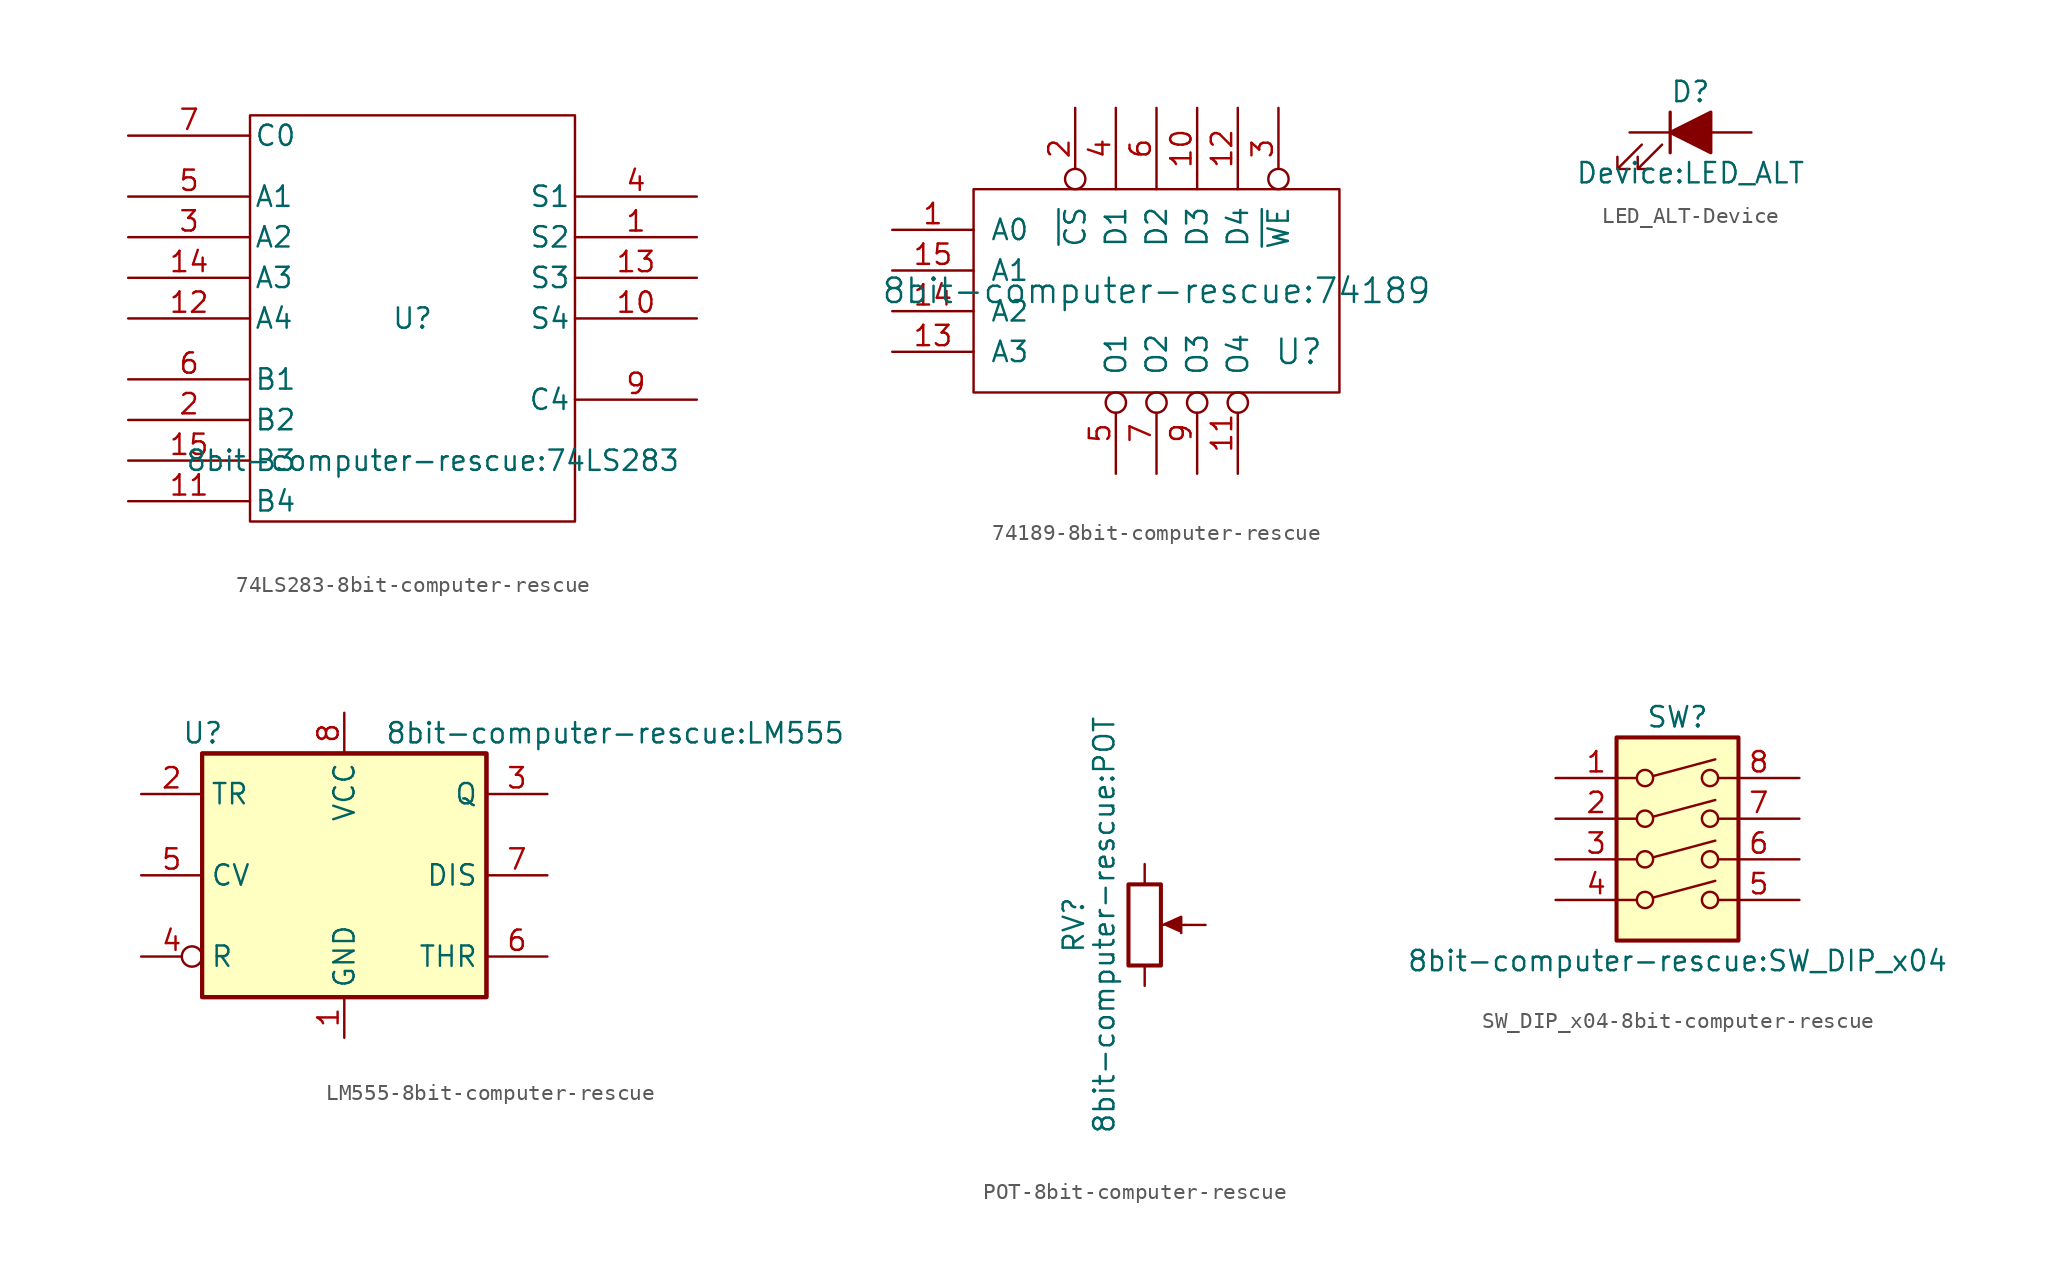
<source format=kicad_sym>
(kicad_symbol_lib
  (version 20231120)
  (generator "kicad_symbol_editor")
  (generator_version "8.0")
  (symbol "74LS283-8bit-computer-rescue"
    (pin_names
      (offset 0.254))
    (property "Reference" "U"
      (at 0 0 0)
      (effects (font (size 1.27 1.27))))
    (property "Value" "8bit-computer-rescue:74LS283"
      (at 1.27 -8.89 0)
      (effects (font (size 1.27 1.27))))
    (symbol "74LS283-8bit-computer-rescue_0_0"
      (pin power_in line (at -7.62 12.7 90) (length 0) hide (name "VCC" (effects (font (size 0.762 0.762)))) (number "16" (effects (font (size 0.762 0.762)))))
      (pin power_in line (at -7.62 -12.7 90) (length 0) hide (name "GND" (effects (font (size 0.762 0.762)))) (number "8" (effects (font (size 0.762 0.762))))))
    (symbol "74LS283-8bit-computer-rescue_0_1"
      (rectangle (start -10.16 12.7) (end 10.16 -12.7) (stroke (width 0) (type solid)) (fill (type none))))
    (symbol "74LS283-8bit-computer-rescue_1_1"
      (pin output line (at 17.78 5.08 180) (length 7.62) (name "S2" (effects (font (size 1.27 1.27)))) (number "1" (effects (font (size 1.27 1.27)))))
      (pin output line (at 17.78 0 180) (length 7.62) (name "S4" (effects (font (size 1.27 1.27)))) (number "10" (effects (font (size 1.27 1.27)))))
      (pin input line (at -17.78 -11.43 0) (length 7.62) (name "B4" (effects (font (size 1.27 1.27)))) (number "11" (effects (font (size 1.27 1.27)))))
      (pin input line (at -17.78 0 0) (length 7.62) (name "A4" (effects (font (size 1.27 1.27)))) (number "12" (effects (font (size 1.27 1.27)))))
      (pin output line (at 17.78 2.54 180) (length 7.62) (name "S3" (effects (font (size 1.27 1.27)))) (number "13" (effects (font (size 1.27 1.27)))))
      (pin input line (at -17.78 2.54 0) (length 7.62) (name "A3" (effects (font (size 1.27 1.27)))) (number "14" (effects (font (size 1.27 1.27)))))
      (pin input line (at -17.78 -8.89 0) (length 7.62) (name "B3" (effects (font (size 1.27 1.27)))) (number "15" (effects (font (size 1.27 1.27)))))
      (pin input line (at -17.78 -6.35 0) (length 7.62) (name "B2" (effects (font (size 1.27 1.27)))) (number "2" (effects (font (size 1.27 1.27)))))
      (pin input line (at -17.78 5.08 0) (length 7.62) (name "A2" (effects (font (size 1.27 1.27)))) (number "3" (effects (font (size 1.27 1.27)))))
      (pin output line (at 17.78 7.62 180) (length 7.62) (name "S1" (effects (font (size 1.27 1.27)))) (number "4" (effects (font (size 1.27 1.27)))))
      (pin input line (at -17.78 7.62 0) (length 7.62) (name "A1" (effects (font (size 1.27 1.27)))) (number "5" (effects (font (size 1.27 1.27)))))
      (pin input line (at -17.78 -3.81 0) (length 7.62) (name "B1" (effects (font (size 1.27 1.27)))) (number "6" (effects (font (size 1.27 1.27)))))
      (pin input line (at -17.78 11.43 0) (length 7.62) (name "C0" (effects (font (size 1.27 1.27)))) (number "7" (effects (font (size 1.27 1.27)))))
      (pin output line (at 17.78 -5.08 180) (length 7.62) (name "C4" (effects (font (size 1.27 1.27)))) (number "9" (effects (font (size 1.27 1.27)))))))
  (symbol "74189-8bit-computer-rescue"
    (pin_names
      (offset 1.016))
    (property "Reference" "U"
      (at 8.89 -3.81 0)
      (effects (font (size 1.524 1.524))))
    (property "Value" "8bit-computer-rescue:74189"
      (at 0 0 0)
      (effects (font (size 1.524 1.524))))
    (symbol "74189-8bit-computer-rescue_0_1"
      (rectangle (start -11.43 6.35) (end 11.43 -6.35) (stroke (width 0) (type solid)) (fill (type none))))
    (symbol "74189-8bit-computer-rescue_1_1"
      (pin input line (at -16.51 3.81 0) (length 5.08) (name "A0" (effects (font (size 1.27 1.27)))) (number "1" (effects (font (size 1.27 1.27)))))
      (pin input line (at 2.54 11.43 270) (length 5.08) (name "D3" (effects (font (size 1.27 1.27)))) (number "10" (effects (font (size 1.27 1.27)))))
      (pin output inverted (at 5.08 -11.43 90) (length 5.08) (name "O4" (effects (font (size 1.27 1.27)))) (number "11" (effects (font (size 1.27 1.27)))))
      (pin input line (at 5.08 11.43 270) (length 5.08) (name "D4" (effects (font (size 1.27 1.27)))) (number "12" (effects (font (size 1.27 1.27)))))
      (pin input line (at -16.51 -3.81 0) (length 5.08) (name "A3" (effects (font (size 1.27 1.27)))) (number "13" (effects (font (size 1.27 1.27)))))
      (pin input line (at -16.51 -1.27 0) (length 5.08) (name "A2" (effects (font (size 1.27 1.27)))) (number "14" (effects (font (size 1.27 1.27)))))
      (pin input line (at -16.51 1.27 0) (length 5.08) (name "A1" (effects (font (size 1.27 1.27)))) (number "15" (effects (font (size 1.27 1.27)))))
      (pin power_in line (at 10.16 11.43 270) (length 5.08) hide (name "VCC" (effects (font (size 1.27 1.27)))) (number "16" (effects (font (size 1.27 1.27)))))
      (pin input inverted (at -5.08 11.43 270) (length 5.08) (name "~{CS}" (effects (font (size 1.27 1.27)))) (number "2" (effects (font (size 1.27 1.27)))))
      (pin input inverted (at 7.62 11.43 270) (length 5.08) (name "~{WE}" (effects (font (size 1.27 1.27)))) (number "3" (effects (font (size 1.27 1.27)))))
      (pin input line (at -2.54 11.43 270) (length 5.08) (name "D1" (effects (font (size 1.27 1.27)))) (number "4" (effects (font (size 1.27 1.27)))))
      (pin output inverted (at -2.54 -11.43 90) (length 5.08) (name "O1" (effects (font (size 1.27 1.27)))) (number "5" (effects (font (size 1.27 1.27)))))
      (pin input line (at 0 11.43 270) (length 5.08) (name "D2" (effects (font (size 1.27 1.27)))) (number "6" (effects (font (size 1.27 1.27)))))
      (pin output inverted (at 0 -11.43 90) (length 5.08) (name "O2" (effects (font (size 1.27 1.27)))) (number "7" (effects (font (size 1.27 1.27)))))
      (pin power_in line (at 10.16 -11.43 90) (length 5.08) hide (name "GND" (effects (font (size 1.27 1.27)))) (number "8" (effects (font (size 1.27 1.27)))))
      (pin output inverted (at 2.54 -11.43 90) (length 5.08) (name "O3" (effects (font (size 1.27 1.27)))) (number "9" (effects (font (size 1.27 1.27)))))))
  (symbol "LED_ALT-Device"
    (pin_numbers hide)
    (pin_names
      (offset 1.016) hide)
    (property "Reference" "D"
      (at 0 2.54 0)
      (effects (font (size 1.27 1.27))))
    (property "Value" "Device:LED_ALT"
      (at 0 -2.54 0)
      (effects (font (size 1.27 1.27))))
    (symbol "LED_ALT-Device_0_1"
      (polyline (pts (xy -1.27 -1.27) (xy -1.27 1.27)) (stroke (width 0.203) (type solid)) (fill (type none)))
      (polyline (pts (xy -1.27 0) (xy 1.27 0)) (stroke (width 0) (type solid)) (fill (type none)))
      (polyline (pts (xy 1.27 -1.27) (xy 1.27 1.27) (xy -1.27 0) (xy 1.27 -1.27)) (stroke (width 0.203) (type solid)) (fill (type outline)))
      (polyline (pts (xy -3.048 -0.762) (xy -4.572 -2.286) (xy -3.81 -2.286) (xy -4.572 -2.286) (xy -4.572 -1.524)) (stroke (width 0) (type solid)) (fill (type none)))
      (polyline (pts (xy -1.778 -0.762) (xy -3.302 -2.286) (xy -2.54 -2.286) (xy -3.302 -2.286) (xy -3.302 -1.524)) (stroke (width 0) (type solid)) (fill (type none))))
    (symbol "LED_ALT-Device_1_1"
      (pin passive line (at -3.81 0 0) (length 2.54) (name "K" (effects (font (size 1.27 1.27)))) (number "1" (effects (font (size 1.27 1.27)))))
      (pin passive line (at 3.81 0 180) (length 2.54) (name "A" (effects (font (size 1.27 1.27)))) (number "2" (effects (font (size 1.27 1.27)))))))
  (symbol "LM555-8bit-computer-rescue"
    (property "Reference" "U"
      (at -10.16 8.89 0)
      (effects (font (size 1.27 1.27)) (justify left)))
    (property "Value" "8bit-computer-rescue:LM555"
      (at 2.54 8.89 0)
      (effects (font (size 1.27 1.27)) (justify left)))
    (symbol "LM555-8bit-computer-rescue_0_0"
      (pin power_in line (at 0 -10.16 90) (length 2.54) (name "GND" (effects (font (size 1.27 1.27)))) (number "1" (effects (font (size 1.27 1.27)))))
      (pin power_in line (at 0 10.16 270) (length 2.54) (name "VCC" (effects (font (size 1.27 1.27)))) (number "8" (effects (font (size 1.27 1.27))))))
    (symbol "LM555-8bit-computer-rescue_0_1"
      (rectangle (start -8.89 -7.62) (end 8.89 7.62) (stroke (width 0.254) (type solid)) (fill (type background)))
      (rectangle (start -8.89 -7.62) (end 8.89 7.62) (stroke (width 0.254) (type solid)) (fill (type background))))
    (symbol "LM555-8bit-computer-rescue_1_1"
      (pin input line (at -12.7 5.08 0) (length 3.81) (name "TR" (effects (font (size 1.27 1.27)))) (number "2" (effects (font (size 1.27 1.27)))))
      (pin output line (at 12.7 5.08 180) (length 3.81) (name "Q" (effects (font (size 1.27 1.27)))) (number "3" (effects (font (size 1.27 1.27)))))
      (pin input inverted (at -12.7 -5.08 0) (length 3.81) (name "R" (effects (font (size 1.27 1.27)))) (number "4" (effects (font (size 1.27 1.27)))))
      (pin input line (at -12.7 0 0) (length 3.81) (name "CV" (effects (font (size 1.27 1.27)))) (number "5" (effects (font (size 1.27 1.27)))))
      (pin input line (at 12.7 -5.08 180) (length 3.81) (name "THR" (effects (font (size 1.27 1.27)))) (number "6" (effects (font (size 1.27 1.27)))))
      (pin input line (at 12.7 0 180) (length 3.81) (name "DIS" (effects (font (size 1.27 1.27)))) (number "7" (effects (font (size 1.27 1.27)))))))
  (symbol "POT-8bit-computer-rescue"
    (pin_numbers hide)
    (pin_names
      (offset 1.016) hide)
    (property "Reference" "RV"
      (at -4.445 0 90)
      (effects (font (size 1.27 1.27))))
    (property "Value" "8bit-computer-rescue:POT"
      (at -2.54 0 90)
      (effects (font (size 1.27 1.27))))
    (symbol "POT-8bit-computer-rescue_0_1"
      (polyline (pts (xy 2.54 0) (xy 1.524 0)) (stroke (width 0) (type solid)) (fill (type none)))
      (polyline (pts (xy 1.143 0) (xy 2.286 0.508) (xy 2.286 -0.508)) (stroke (width 0) (type solid)) (fill (type outline)))
      (rectangle (start 1.016 2.54) (end -1.016 -2.54) (stroke (width 0.254) (type solid)) (fill (type none))))
    (symbol "POT-8bit-computer-rescue_1_1"
      (pin passive line (at 0 3.81 270) (length 1.27) (name "1" (effects (font (size 1.27 1.27)))) (number "1" (effects (font (size 1.27 1.27)))))
      (pin passive line (at 3.81 0 180) (length 1.27) (name "2" (effects (font (size 1.27 1.27)))) (number "2" (effects (font (size 1.27 1.27)))))
      (pin passive line (at 0 -3.81 90) (length 1.27) (name "3" (effects (font (size 1.27 1.27)))) (number "3" (effects (font (size 1.27 1.27)))))))
  (symbol "SW_DIP_x04-8bit-computer-rescue"
    (pin_names
      (offset 0) hide)
    (property "Reference" "SW"
      (at 0 8.89 0)
      (effects (font (size 1.27 1.27))))
    (property "Value" "8bit-computer-rescue:SW_DIP_x04"
      (at 0 -6.35 0)
      (effects (font (size 1.27 1.27))))
    (symbol "SW_DIP_x04-8bit-computer-rescue_0_0"
      (circle (center -2.032 -2.54) (radius 0.508) (stroke (width 0) (type solid)) (fill (type none)))
      (circle (center -2.032 0) (radius 0.508) (stroke (width 0) (type solid)) (fill (type none)))
      (circle (center -2.032 2.54) (radius 0.508) (stroke (width 0) (type solid)) (fill (type none)))
      (circle (center -2.032 5.08) (radius 0.508) (stroke (width 0) (type solid)) (fill (type none)))
      (polyline (pts (xy -1.524 -2.388) (xy 2.362 -1.346)) (stroke (width 0) (type solid)) (fill (type none)))
      (polyline (pts (xy -1.524 0.127) (xy 2.362 1.168)) (stroke (width 0) (type solid)) (fill (type none)))
      (polyline (pts (xy -1.524 2.667) (xy 2.362 3.708)) (stroke (width 0) (type solid)) (fill (type none)))
      (polyline (pts (xy -1.524 5.207) (xy 2.362 6.248)) (stroke (width 0) (type solid)) (fill (type none)))
      (circle (center 2.032 -2.54) (radius 0.508) (stroke (width 0) (type solid)) (fill (type none)))
      (circle (center 2.032 0) (radius 0.508) (stroke (width 0) (type solid)) (fill (type none)))
      (circle (center 2.032 2.54) (radius 0.508) (stroke (width 0) (type solid)) (fill (type none)))
      (circle (center 2.032 5.08) (radius 0.508) (stroke (width 0) (type solid)) (fill (type none))))
    (symbol "SW_DIP_x04-8bit-computer-rescue_0_1"
      (rectangle (start -3.81 7.62) (end 3.81 -5.08) (stroke (width 0.254) (type solid)) (fill (type background))))
    (symbol "SW_DIP_x04-8bit-computer-rescue_1_1"
      (pin passive line (at -7.62 5.08 0) (length 5.08) (name "~" (effects (font (size 1.27 1.27)))) (number "1" (effects (font (size 1.27 1.27)))))
      (pin passive line (at -7.62 2.54 0) (length 5.08) (name "~" (effects (font (size 1.27 1.27)))) (number "2" (effects (font (size 1.27 1.27)))))
      (pin passive line (at -7.62 0 0) (length 5.08) (name "~" (effects (font (size 1.27 1.27)))) (number "3" (effects (font (size 1.27 1.27)))))
      (pin passive line (at -7.62 -2.54 0) (length 5.08) (name "~" (effects (font (size 1.27 1.27)))) (number "4" (effects (font (size 1.27 1.27)))))
      (pin passive line (at 7.62 -2.54 180) (length 5.08) (name "~" (effects (font (size 1.27 1.27)))) (number "5" (effects (font (size 1.27 1.27)))))
      (pin passive line (at 7.62 0 180) (length 5.08) (name "~" (effects (font (size 1.27 1.27)))) (number "6" (effects (font (size 1.27 1.27)))))
      (pin passive line (at 7.62 2.54 180) (length 5.08) (name "~" (effects (font (size 1.27 1.27)))) (number "7" (effects (font (size 1.27 1.27)))))
      (pin passive line (at 7.62 5.08 180) (length 5.08) (name "~" (effects (font (size 1.27 1.27)))) (number "8" (effects (font (size 1.27 1.27))))))))
</source>
